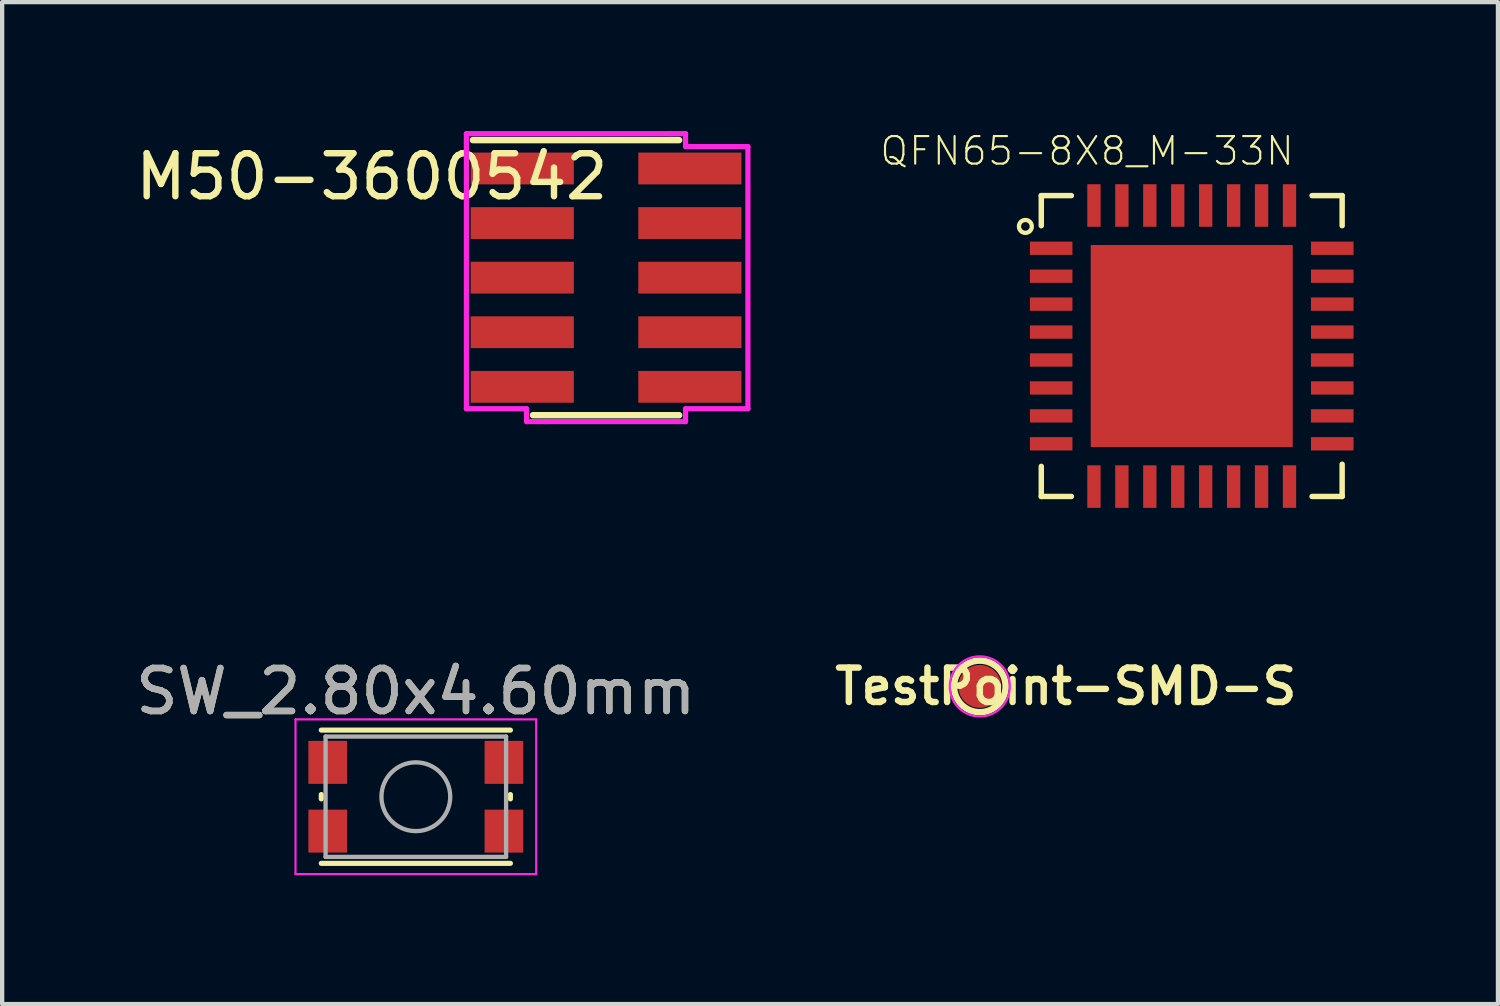
<source format=kicad_pcb>
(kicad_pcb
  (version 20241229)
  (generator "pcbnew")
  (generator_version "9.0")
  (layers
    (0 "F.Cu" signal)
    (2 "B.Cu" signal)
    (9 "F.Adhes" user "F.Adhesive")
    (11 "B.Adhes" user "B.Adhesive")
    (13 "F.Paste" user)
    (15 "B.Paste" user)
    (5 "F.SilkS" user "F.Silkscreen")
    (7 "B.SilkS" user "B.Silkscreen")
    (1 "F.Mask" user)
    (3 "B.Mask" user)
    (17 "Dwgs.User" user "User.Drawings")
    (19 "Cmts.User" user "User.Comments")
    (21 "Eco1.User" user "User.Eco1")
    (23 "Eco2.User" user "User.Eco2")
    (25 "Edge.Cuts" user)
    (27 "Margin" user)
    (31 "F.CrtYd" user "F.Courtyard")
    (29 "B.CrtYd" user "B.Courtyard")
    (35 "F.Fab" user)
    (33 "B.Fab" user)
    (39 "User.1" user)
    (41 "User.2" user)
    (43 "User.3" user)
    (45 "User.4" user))
  (footprint "QFN65-8X8_M-33N"
    (layer "F.Cu")
    (at 24.677 5.001)
    (property "Reference" "QFN65-8X8_M-33N" (at -2.435 -4.538 0) (layer "F.SilkS") (effects (font (size 0.641 0.641) (thickness 0.05))))
    (attr smd)
    (fp_line (start -3.5 -3.5) (end -2.8 -3.5) (stroke (width 0.127) (type solid)) (layer "F.SilkS"))
    (fp_line (start -3.5 -2.8) (end -3.5 -3.5) (stroke (width 0.127) (type solid)) (layer "F.SilkS"))
    (fp_line (start -3.5 2.8) (end -3.5 3.5) (stroke (width 0.127) (type solid)) (layer "F.SilkS"))
    (fp_line (start -3.5 3.5) (end -2.8 3.5) (stroke (width 0.127) (type solid)) (layer "F.SilkS"))
    (fp_line (start 2.8 -3.5) (end 3.5 -3.5) (stroke (width 0.127) (type solid)) (layer "F.SilkS"))
    (fp_line (start 2.8 3.5) (end 3.5 3.5) (stroke (width 0.127) (type solid)) (layer "F.SilkS"))
    (fp_line (start 3.5 -3.5) (end 3.5 -2.8) (stroke (width 0.127) (type solid)) (layer "F.SilkS"))
    (fp_line (start 3.5 3.5) (end 3.5 2.75) (stroke (width 0.127) (type solid)) (layer "F.SilkS"))
    (fp_circle (center -3.87 -2.783) (end -3.72 -2.783) (stroke (width 0.1) (type solid)) (fill no) (layer "F.SilkS"))
    (fp_poly (pts (xy -2.009 -2.005) (xy -0.345 -2.005) (xy -0.345 -0.346) (xy -2.009 -0.346)) (stroke (width 0) (type solid)) (fill yes) (layer "F.Paste"))
    (fp_poly (pts (xy -2.008 0.345) (xy -0.345 0.345) (xy -0.345 2.008) (xy -2.008 2.008)) (stroke (width 0) (type solid)) (fill yes) (layer "F.Paste"))
    (fp_poly (pts (xy 0.345 0.345) (xy 2.005 0.345) (xy 2.005 2.006) (xy 0.345 2.006)) (stroke (width 0) (type solid)) (fill yes) (layer "F.Paste"))
    (fp_poly (pts (xy 0.345 -2.005) (xy 2.005 -2.005) (xy 2.005 -0.345) (xy 0.345 -0.345)) (stroke (width 0) (type solid)) (fill yes) (layer "F.Paste"))
    (fp_line (start -4.157 -4.083) (end 4.1 -4.083) (stroke (width 0.05) (type solid)) (layer "Eco1.User"))
    (fp_line (start -4.157 4.163) (end -4.157 -4.083) (stroke (width 0.05) (type solid)) (layer "Eco1.User"))
    (fp_line (start 4.1 -4.083) (end 4.1 4.163) (stroke (width 0.05) (type solid)) (layer "Eco1.User"))
    (fp_line (start 4.1 4.163) (end -4.157 4.163) (stroke (width 0.05) (type solid)) (layer "Eco1.User"))
    (fp_line (start -3.5 3.5) (end -3.5 -3.5) (stroke (width 0.127) (type solid)) (layer "Eco2.User"))
    (fp_line (start 3.5 -3.5) (end -3.5 -3.5) (stroke (width 0.127) (type solid)) (layer "Eco2.User"))
    (fp_line (start 3.5 3.5) (end -3.5 3.5) (stroke (width 0.127) (type solid)) (layer "Eco2.User"))
    (fp_line (start 3.5 3.5) (end 3.5 -3.5) (stroke (width 0.127) (type solid)) (layer "Eco2.User"))
    (pad "1" smd rect (at -3.27 -2.275) (size 0.99 0.31) (layers "F.Cu" "F.Mask" "F.Paste"))
    (pad "2" smd rect (at -3.27 -1.625) (size 0.99 0.31) (layers "F.Cu" "F.Mask" "F.Paste"))
    (pad "3" smd rect (at -3.27 -0.975) (size 0.99 0.31) (layers "F.Cu" "F.Mask" "F.Paste"))
    (pad "4" smd rect (at -3.27 -0.325) (size 0.99 0.31) (layers "F.Cu" "F.Mask" "F.Paste"))
    (pad "5" smd rect (at -3.27 0.325) (size 0.99 0.31) (layers "F.Cu" "F.Mask" "F.Paste"))
    (pad "6" smd rect (at -3.27 0.975) (size 0.99 0.31) (layers "F.Cu" "F.Mask" "F.Paste"))
    (pad "7" smd rect (at -3.27 1.625) (size 0.99 0.31) (layers "F.Cu" "F.Mask" "F.Paste"))
    (pad "8" smd rect (at -3.27 2.275) (size 0.99 0.31) (layers "F.Cu" "F.Mask" "F.Paste"))
    (pad "9" smd rect (at -2.275 3.27 90) (size 0.99 0.31) (layers "F.Cu" "F.Mask" "F.Paste"))
    (pad "10" smd rect (at -1.625 3.27 90) (size 0.99 0.31) (layers "F.Cu" "F.Mask" "F.Paste"))
    (pad "11" smd rect (at -0.975 3.27 90) (size 0.99 0.31) (layers "F.Cu" "F.Mask" "F.Paste"))
    (pad "12" smd rect (at -0.325 3.27 90) (size 0.99 0.31) (layers "F.Cu" "F.Mask" "F.Paste"))
    (pad "13" smd rect (at 0.325 3.27 90) (size 0.99 0.31) (layers "F.Cu" "F.Mask" "F.Paste"))
    (pad "14" smd rect (at 0.975 3.27 90) (size 0.99 0.31) (layers "F.Cu" "F.Mask" "F.Paste"))
    (pad "15" smd rect (at 1.625 3.27 90) (size 0.99 0.31) (layers "F.Cu" "F.Mask" "F.Paste"))
    (pad "16" smd rect (at 2.275 3.27 90) (size 0.99 0.31) (layers "F.Cu" "F.Mask" "F.Paste"))
    (pad "17" smd rect (at 3.27 2.275) (size 0.99 0.31) (layers "F.Cu" "F.Mask" "F.Paste"))
    (pad "18" smd rect (at 3.27 1.625) (size 0.99 0.31) (layers "F.Cu" "F.Mask" "F.Paste"))
    (pad "19" smd rect (at 3.27 0.975) (size 0.99 0.31) (layers "F.Cu" "F.Mask" "F.Paste"))
    (pad "20" smd rect (at 3.27 0.325) (size 0.99 0.31) (layers "F.Cu" "F.Mask" "F.Paste"))
    (pad "21" smd rect (at 3.27 -0.325) (size 0.99 0.31) (layers "F.Cu" "F.Mask" "F.Paste"))
    (pad "22" smd rect (at 3.27 -0.975) (size 0.99 0.31) (layers "F.Cu" "F.Mask" "F.Paste"))
    (pad "23" smd rect (at 3.27 -1.625) (size 0.99 0.31) (layers "F.Cu" "F.Mask" "F.Paste"))
    (pad "24" smd rect (at 3.27 -2.275) (size 0.99 0.31) (layers "F.Cu" "F.Mask" "F.Paste"))
    (pad "25" smd rect (at 2.275 -3.27 270) (size 0.99 0.31) (layers "F.Cu" "F.Mask" "F.Paste"))
    (pad "26" smd rect (at 1.625 -3.27 270) (size 0.99 0.31) (layers "F.Cu" "F.Mask" "F.Paste"))
    (pad "27" smd rect (at 0.975 -3.27 270) (size 0.99 0.31) (layers "F.Cu" "F.Mask" "F.Paste"))
    (pad "28" smd rect (at 0.325 -3.27 270) (size 0.99 0.31) (layers "F.Cu" "F.Mask" "F.Paste"))
    (pad "29" smd rect (at -0.325 -3.27 270) (size 0.99 0.31) (layers "F.Cu" "F.Mask" "F.Paste"))
    (pad "30" smd rect (at -0.975 -3.27 270) (size 0.99 0.31) (layers "F.Cu" "F.Mask" "F.Paste"))
    (pad "31" smd rect (at -1.625 -3.27 270) (size 0.99 0.31) (layers "F.Cu" "F.Mask" "F.Paste"))
    (pad "32" smd rect (at -2.275 -3.27 270) (size 0.99 0.31) (layers "F.Cu" "F.Mask" "F.Paste"))
    (pad "33" smd rect (at 0 0 270) (size 4.7 4.7) (layers "F.Cu" "F.Mask" "F.Paste")))
  (footprint "M50-3600542"
    (layer "F.Cu")
    (at 11.051 3.41)
    (property "Reference" "M50-3600542" (at -5.45 -2.35 0) (layer "F.SilkS") (effects (font (size 1 1) (thickness 0.15))))
    (attr through_hole)
    (fp_line (start -3.1 -3.2) (end 1.7 -3.2) (stroke (width 0.15) (type solid)) (layer "F.SilkS"))
    (fp_line (start -1.7 3.2) (end 1.7 3.2) (stroke (width 0.15) (type solid)) (layer "F.SilkS"))
    (fp_line (start -3.25 -3.35) (end -3.25 -3.15) (stroke (width 0.12) (type solid)) (layer "F.CrtYd"))
    (fp_line (start -3.25 -3.15) (end -3.25 3.05) (stroke (width 0.12) (type solid)) (layer "F.CrtYd"))
    (fp_line (start -1.85 3.05) (end -3.25 3.05) (stroke (width 0.12) (type solid)) (layer "F.CrtYd"))
    (fp_line (start -1.85 3.35) (end -1.85 3.05) (stroke (width 0.12) (type solid)) (layer "F.CrtYd"))
    (fp_line (start -1.4 3.35) (end -1.85 3.35) (stroke (width 0.12) (type solid)) (layer "F.CrtYd"))
    (fp_line (start -1.4 3.35) (end 1.85 3.35) (stroke (width 0.12) (type solid)) (layer "F.CrtYd"))
    (fp_line (start 1.5 -3.35) (end -3.25 -3.35) (stroke (width 0.12) (type solid)) (layer "F.CrtYd"))
    (fp_line (start 1.5 -3.35) (end 1.85 -3.35) (stroke (width 0.12) (type solid)) (layer "F.CrtYd"))
    (fp_line (start 1.85 -3.35) (end 1.85 -3.05) (stroke (width 0.12) (type solid)) (layer "F.CrtYd"))
    (fp_line (start 1.85 -3.05) (end 3.3 -3.05) (stroke (width 0.12) (type solid)) (layer "F.CrtYd"))
    (fp_line (start 1.85 3.05) (end 3.3 3.05) (stroke (width 0.12) (type solid)) (layer "F.CrtYd"))
    (fp_line (start 1.85 3.2) (end 1.85 3.05) (stroke (width 0.12) (type solid)) (layer "F.CrtYd"))
    (fp_line (start 1.85 3.35) (end 1.85 3.2) (stroke (width 0.12) (type solid)) (layer "F.CrtYd"))
    (fp_line (start 3.3 3.05) (end 3.3 -3.05) (stroke (width 0.12) (type solid)) (layer "F.CrtYd"))
    (pad "1" smd rect (at -1.95 -2.54 90) (size 0.74 2.4) (layers "F.Cu" "F.Mask" "F.Paste"))
    (pad "2" smd rect (at 1.95 -2.54 90) (size 0.74 2.4) (layers "F.Cu" "F.Mask" "F.Paste"))
    (pad "3" smd rect (at -1.95 -1.27 90) (size 0.74 2.4) (layers "F.Cu" "F.Mask" "F.Paste"))
    (pad "4" smd rect (at 1.95 -1.27 90) (size 0.74 2.4) (layers "F.Cu" "F.Mask" "F.Paste"))
    (pad "5" smd rect (at -1.95 0 90) (size 0.74 2.4) (layers "F.Cu" "F.Mask" "F.Paste"))
    (pad "6" smd rect (at 1.95 0 90) (size 0.74 2.4) (layers "F.Cu" "F.Mask" "F.Paste"))
    (pad "7" smd rect (at -1.95 1.27 90) (size 0.74 2.4) (layers "F.Cu" "F.Mask" "F.Paste"))
    (pad "8" smd rect (at 1.95 1.27 90) (size 0.74 2.4) (layers "F.Cu" "F.Mask" "F.Paste"))
    (pad "9" smd rect (at -1.95 2.54 90) (size 0.74 2.4) (layers "F.Cu" "F.Mask" "F.Paste"))
    (pad "10" smd rect (at 1.95 2.54 90) (size 0.74 2.4) (layers "F.Cu" "F.Mask" "F.Paste")))
  (footprint "SW_2.80x4.60mm"
    (layer "F.Cu")
    (at 6.625 15.487)
    (property "Reference" "SW_2.80x4.60mm" (at 0 -2.45 0) (layer "F.SilkS") (effects (font (size 1 1) (thickness 0.15))))
    (attr smd)
    (fp_line (start -2.2 0.05) (end -2.2 -0.05) (stroke (width 0.12) (type solid)) (layer "F.SilkS"))
    (fp_line (start -2.2 1.55) (end 2.2 1.55) (stroke (width 0.12) (type solid)) (layer "F.SilkS"))
    (fp_line (start 2.2 -1.55) (end -2.2 -1.55) (stroke (width 0.12) (type solid)) (layer "F.SilkS"))
    (fp_line (start 2.2 0.05) (end 2.2 -0.05) (stroke (width 0.12) (type solid)) (layer "F.SilkS"))
    (fp_line (start -2.8 -1.8) (end 2.8 -1.8) (stroke (width 0.05) (type solid)) (layer "F.CrtYd"))
    (fp_line (start -2.8 1.8) (end -2.8 -1.8) (stroke (width 0.05) (type solid)) (layer "F.CrtYd"))
    (fp_line (start 2.8 -1.8) (end 2.8 1.8) (stroke (width 0.05) (type solid)) (layer "F.CrtYd"))
    (fp_line (start 2.8 1.8) (end -2.8 1.8) (stroke (width 0.05) (type solid)) (layer "F.CrtYd"))
    (fp_line (start -2.1 -1.4) (end 2.1 -1.4) (stroke (width 0.1) (type solid)) (layer "F.Fab"))
    (fp_line (start -2.1 1.4) (end -2.1 -1.4) (stroke (width 0.1) (type solid)) (layer "F.Fab"))
    (fp_line (start 2.1 -1.4) (end 2.1 1.4) (stroke (width 0.1) (type solid)) (layer "F.Fab"))
    (fp_line (start 2.1 1.4) (end -2.1 1.4) (stroke (width 0.1) (type solid)) (layer "F.Fab"))
    (fp_circle (center 0 0) (end 0 0.8) (stroke (width 0.1) (type solid)) (fill no) (layer "F.Fab"))
    (fp_text user "${REFERENCE}" (at 0 -2.45 0) (layer "F.Fab") (effects (font (size 1 1) (thickness 0.15))))
    (pad "1" smd rect (at -2.05 -0.8) (size 0.9 1) (layers "F.Cu" "F.Mask" "F.Paste"))
    (pad "1" smd rect (at 2.05 -0.8) (size 0.9 1) (layers "F.Cu" "F.Mask" "F.Paste"))
    (pad "2" smd rect (at -2.05 0.8) (size 0.9 1) (layers "F.Cu" "F.Mask" "F.Paste"))
    (pad "2" smd rect (at 2.05 0.8) (size 0.9 1) (layers "F.Cu" "F.Mask" "F.Paste")))
  (footprint "TestPoint-SMD-S"
    (layer "F.Cu")
    (at 19.747 12.92)
    (property "Reference" "TestPoint-SMD-S" (at 2 0 0) (layer "F.SilkS") (effects (font (size 0.8 0.8) (thickness 0.15))))
    (attr exclude_from_pos_files exclude_from_bom)
    (fp_circle (center 0 0) (end 0.6 0) (stroke (width 0.15) (type solid)) (fill no) (layer "F.SilkS"))
    (fp_circle (center 0 0) (end 0.7 0) (stroke (width 0.05) (type solid)) (fill no) (layer "F.CrtYd"))
    (pad "1" smd circle (at 0 0) (size 1 1) (layers "F.Cu" "F.Mask")))
  (gr_rect
    (start -3 -3)
    (end 31.802 20.312)
    (stroke (width 0.1) (type default))
    (fill no)
    (layer "Edge.Cuts")))
</source>
